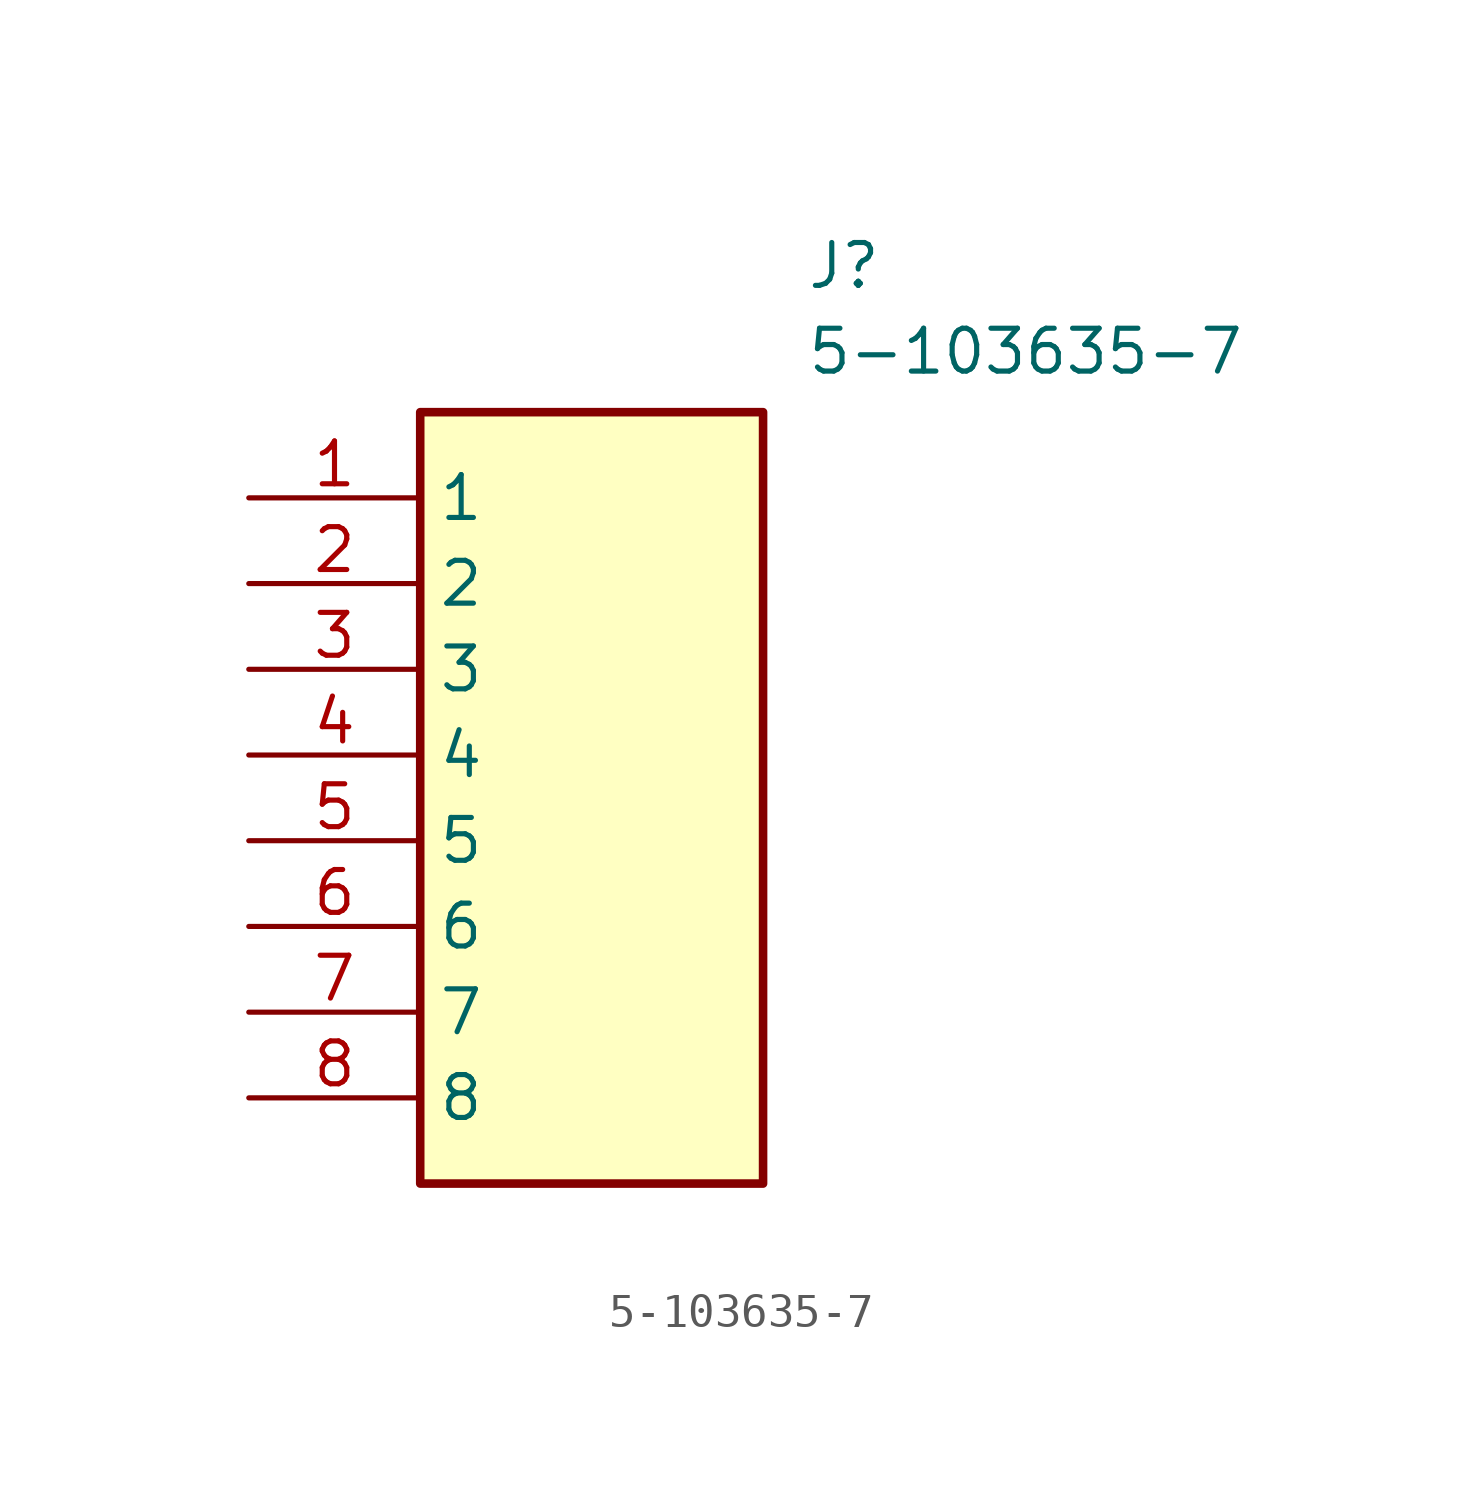
<source format=kicad_sym>
(kicad_symbol_lib
  (version 20211014)
  (generator SamacSys_ECAD_Model)
  (symbol "5-103635-7"
    (property "Reference" "J"
      (at 16.51 7.62 0)
      (effects (font (size 1.27 1.27)) (justify left top)))
    (property "Value" "5-103635-7"
      (at 16.51 5.08 0)
      (effects (font (size 1.27 1.27)) (justify left top)))
    (rectangle
      (start 5.08 2.54)
      (end 15.24 -20.32)
      (stroke (width 0.254) (type default))
      (fill (type background)))
    (pin passive line
      (at 0 0 0)
      (length 5.08)
      (name "1" (effects (font (size 1.27 1.27))))
      (number "1" (effects (font (size 1.27 1.27)))))
    (pin passive line
      (at 0 -2.54 0)
      (length 5.08)
      (name "2" (effects (font (size 1.27 1.27))))
      (number "2" (effects (font (size 1.27 1.27)))))
    (pin passive line
      (at 0 -5.08 0)
      (length 5.08)
      (name "3" (effects (font (size 1.27 1.27))))
      (number "3" (effects (font (size 1.27 1.27)))))
    (pin passive line
      (at 0 -7.62 0)
      (length 5.08)
      (name "4" (effects (font (size 1.27 1.27))))
      (number "4" (effects (font (size 1.27 1.27)))))
    (pin passive line
      (at 0 -10.16 0)
      (length 5.08)
      (name "5" (effects (font (size 1.27 1.27))))
      (number "5" (effects (font (size 1.27 1.27)))))
    (pin passive line
      (at 0 -12.7 0)
      (length 5.08)
      (name "6" (effects (font (size 1.27 1.27))))
      (number "6" (effects (font (size 1.27 1.27)))))
    (pin passive line
      (at 0 -15.24 0)
      (length 5.08)
      (name "7" (effects (font (size 1.27 1.27))))
      (number "7" (effects (font (size 1.27 1.27)))))
    (pin passive line
      (at 0 -17.78 0)
      (length 5.08)
      (name "8" (effects (font (size 1.27 1.27))))
      (number "8" (effects (font (size 1.27 1.27)))))))
</source>
